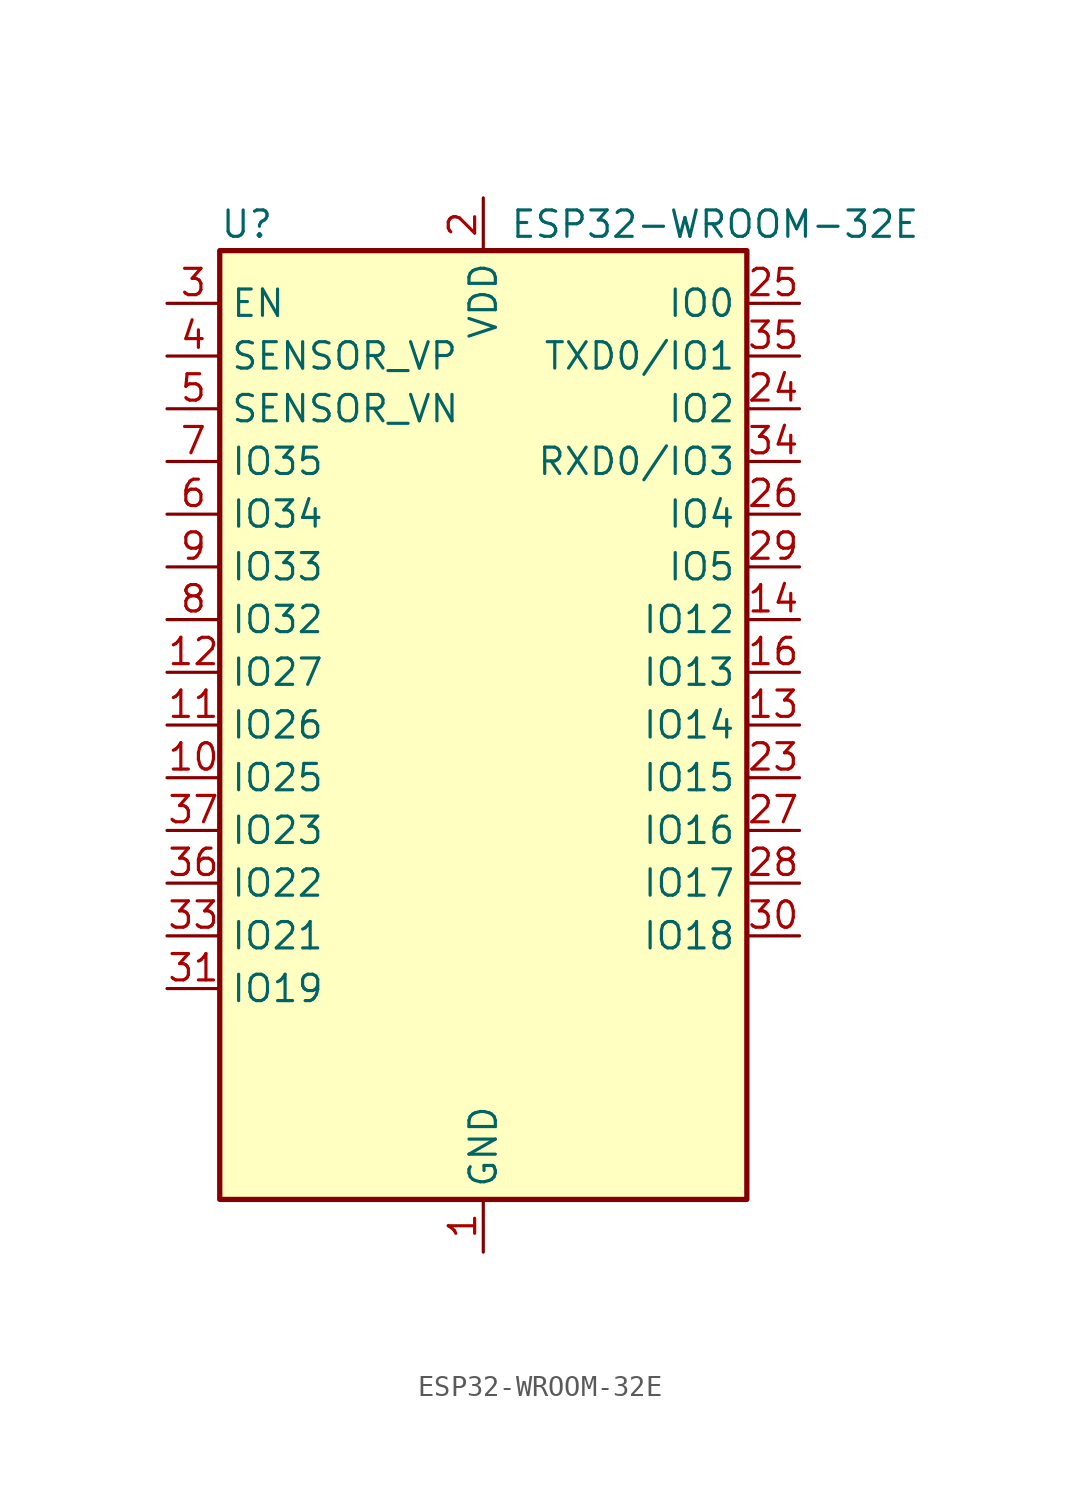
<source format=kicad_sym>
(kicad_symbol_lib
  (version 20231120)
  (generator "kicad_symbol_editor")
  (generator_version "8.0")
  (symbol "ESP32-WROOM-32E"
    (property "Reference" "U"
      (at -12.7 34.29 0)
      (effects (font (size 1.27 1.27)) (justify left)))
    (property "Value" "ESP32-WROOM-32E"
      (at 1.27 34.29 0)
      (effects (font (size 1.27 1.27)) (justify left)))
    (symbol "ESP32-WROOM-32E_0_1"
      (rectangle (start -12.7 33.02) (end 12.7 -12.7) (stroke (width 0.254) (type default)) (fill (type background))))
    (symbol "ESP32-WROOM-32E_1_1"
      (pin power_in line (at 0 -15.24 90) (length 2.54) (name "GND" (effects (font (size 1.27 1.27)))) (number "1" (effects (font (size 1.27 1.27)))))
      (pin bidirectional line (at -15.24 7.62 0) (length 2.54) (name "IO25" (effects (font (size 1.27 1.27)))) (number "10" (effects (font (size 1.27 1.27)))))
      (pin bidirectional line (at -15.24 10.16 0) (length 2.54) (name "IO26" (effects (font (size 1.27 1.27)))) (number "11" (effects (font (size 1.27 1.27)))))
      (pin bidirectional line (at -15.24 12.7 0) (length 2.54) (name "IO27" (effects (font (size 1.27 1.27)))) (number "12" (effects (font (size 1.27 1.27)))))
      (pin bidirectional line (at 15.24 10.16 180) (length 2.54) (name "IO14" (effects (font (size 1.27 1.27)))) (number "13" (effects (font (size 1.27 1.27)))))
      (pin bidirectional line (at 15.24 15.24 180) (length 2.54) (name "IO12" (effects (font (size 1.27 1.27)))) (number "14" (effects (font (size 1.27 1.27)))))
      (pin passive line (at 0 -15.24 90) (length 2.54) hide (name "GND" (effects (font (size 1.27 1.27)))) (number "15" (effects (font (size 1.27 1.27)))))
      (pin bidirectional line (at 15.24 12.7 180) (length 2.54) (name "IO13" (effects (font (size 1.27 1.27)))) (number "16" (effects (font (size 1.27 1.27)))))
      (pin no_connect line (at -15.24 -10.16 0) (length 2.54) hide (name "NC" (effects (font (size 1.27 1.27)))) (number "17" (effects (font (size 1.27 1.27)))))
      (pin no_connect line (at 15.24 -7.62 180) (length 2.54) hide (name "NC" (effects (font (size 1.27 1.27)))) (number "18" (effects (font (size 1.27 1.27)))))
      (pin no_connect line (at 15.24 -2.54 180) (length 2.54) hide (name "NC" (effects (font (size 1.27 1.27)))) (number "19" (effects (font (size 1.27 1.27)))))
      (pin power_in line (at 0 35.56 270) (length 2.54) (name "VDD" (effects (font (size 1.27 1.27)))) (number "2" (effects (font (size 1.27 1.27)))))
      (pin no_connect line (at 15.24 -5.08 180) (length 2.54) hide (name "NC" (effects (font (size 1.27 1.27)))) (number "20" (effects (font (size 1.27 1.27)))))
      (pin no_connect line (at -15.24 -5.08 0) (length 2.54) hide (name "NC" (effects (font (size 1.27 1.27)))) (number "21" (effects (font (size 1.27 1.27)))))
      (pin no_connect line (at -15.24 -7.62 0) (length 2.54) hide (name "NC" (effects (font (size 1.27 1.27)))) (number "22" (effects (font (size 1.27 1.27)))))
      (pin bidirectional line (at 15.24 7.62 180) (length 2.54) (name "IO15" (effects (font (size 1.27 1.27)))) (number "23" (effects (font (size 1.27 1.27)))))
      (pin bidirectional line (at 15.24 25.4 180) (length 2.54) (name "IO2" (effects (font (size 1.27 1.27)))) (number "24" (effects (font (size 1.27 1.27)))))
      (pin bidirectional line (at 15.24 30.48 180) (length 2.54) (name "IO0" (effects (font (size 1.27 1.27)))) (number "25" (effects (font (size 1.27 1.27)))))
      (pin bidirectional line (at 15.24 20.32 180) (length 2.54) (name "IO4" (effects (font (size 1.27 1.27)))) (number "26" (effects (font (size 1.27 1.27)))))
      (pin bidirectional line (at 15.24 5.08 180) (length 2.54) (name "IO16" (effects (font (size 1.27 1.27)))) (number "27" (effects (font (size 1.27 1.27)))))
      (pin bidirectional line (at 15.24 2.54 180) (length 2.54) (name "IO17" (effects (font (size 1.27 1.27)))) (number "28" (effects (font (size 1.27 1.27)))))
      (pin bidirectional line (at 15.24 17.78 180) (length 2.54) (name "IO5" (effects (font (size 1.27 1.27)))) (number "29" (effects (font (size 1.27 1.27)))))
      (pin input line (at -15.24 30.48 0) (length 2.54) (name "EN" (effects (font (size 1.27 1.27)))) (number "3" (effects (font (size 1.27 1.27)))))
      (pin bidirectional line (at 15.24 0 180) (length 2.54) (name "IO18" (effects (font (size 1.27 1.27)))) (number "30" (effects (font (size 1.27 1.27)))))
      (pin bidirectional line (at -15.24 -2.54 0) (length 2.54) (name "IO19" (effects (font (size 1.27 1.27)))) (number "31" (effects (font (size 1.27 1.27)))))
      (pin no_connect line (at -5.08 -15.24 90) (length 2.54) hide (name "NC" (effects (font (size 1.27 1.27)))) (number "32" (effects (font (size 1.27 1.27)))))
      (pin bidirectional line (at -15.24 0 0) (length 2.54) (name "IO21" (effects (font (size 1.27 1.27)))) (number "33" (effects (font (size 1.27 1.27)))))
      (pin bidirectional line (at 15.24 22.86 180) (length 2.54) (name "RXD0/IO3" (effects (font (size 1.27 1.27)))) (number "34" (effects (font (size 1.27 1.27)))))
      (pin bidirectional line (at 15.24 27.94 180) (length 2.54) (name "TXD0/IO1" (effects (font (size 1.27 1.27)))) (number "35" (effects (font (size 1.27 1.27)))))
      (pin bidirectional line (at -15.24 2.54 0) (length 2.54) (name "IO22" (effects (font (size 1.27 1.27)))) (number "36" (effects (font (size 1.27 1.27)))))
      (pin bidirectional line (at -15.24 5.08 0) (length 2.54) (name "IO23" (effects (font (size 1.27 1.27)))) (number "37" (effects (font (size 1.27 1.27)))))
      (pin passive line (at 0 -15.24 90) (length 2.54) hide (name "GND" (effects (font (size 1.27 1.27)))) (number "38" (effects (font (size 1.27 1.27)))))
      (pin passive line (at 0 -15.24 90) (length 2.54) hide (name "GND" (effects (font (size 1.27 1.27)))) (number "39" (effects (font (size 1.27 1.27)))))
      (pin input line (at -15.24 27.94 0) (length 2.54) (name "SENSOR_VP" (effects (font (size 1.27 1.27)))) (number "4" (effects (font (size 1.27 1.27)))))
      (pin input line (at -15.24 25.4 0) (length 2.54) (name "SENSOR_VN" (effects (font (size 1.27 1.27)))) (number "5" (effects (font (size 1.27 1.27)))))
      (pin input line (at -15.24 20.32 0) (length 2.54) (name "IO34" (effects (font (size 1.27 1.27)))) (number "6" (effects (font (size 1.27 1.27)))))
      (pin input line (at -15.24 22.86 0) (length 2.54) (name "IO35" (effects (font (size 1.27 1.27)))) (number "7" (effects (font (size 1.27 1.27)))))
      (pin bidirectional line (at -15.24 15.24 0) (length 2.54) (name "IO32" (effects (font (size 1.27 1.27)))) (number "8" (effects (font (size 1.27 1.27)))))
      (pin bidirectional line (at -15.24 17.78 0) (length 2.54) (name "IO33" (effects (font (size 1.27 1.27)))) (number "9" (effects (font (size 1.27 1.27))))))))
</source>
